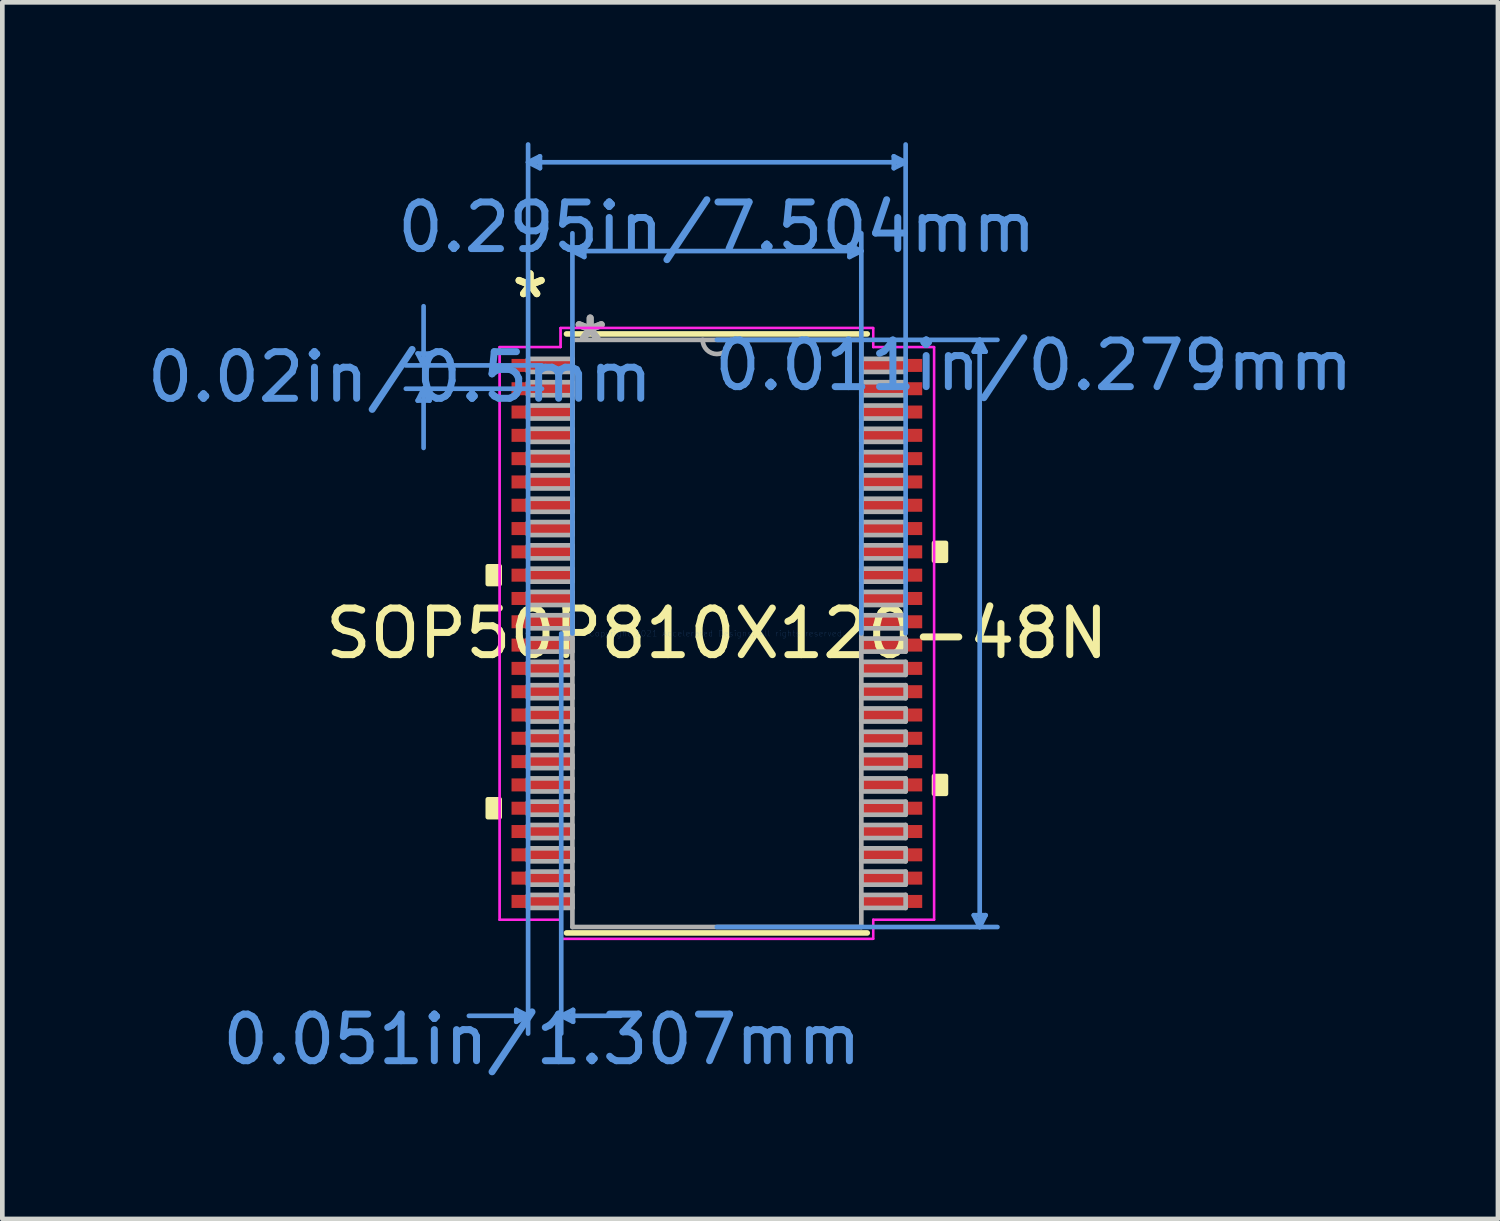
<source format=kicad_pcb>
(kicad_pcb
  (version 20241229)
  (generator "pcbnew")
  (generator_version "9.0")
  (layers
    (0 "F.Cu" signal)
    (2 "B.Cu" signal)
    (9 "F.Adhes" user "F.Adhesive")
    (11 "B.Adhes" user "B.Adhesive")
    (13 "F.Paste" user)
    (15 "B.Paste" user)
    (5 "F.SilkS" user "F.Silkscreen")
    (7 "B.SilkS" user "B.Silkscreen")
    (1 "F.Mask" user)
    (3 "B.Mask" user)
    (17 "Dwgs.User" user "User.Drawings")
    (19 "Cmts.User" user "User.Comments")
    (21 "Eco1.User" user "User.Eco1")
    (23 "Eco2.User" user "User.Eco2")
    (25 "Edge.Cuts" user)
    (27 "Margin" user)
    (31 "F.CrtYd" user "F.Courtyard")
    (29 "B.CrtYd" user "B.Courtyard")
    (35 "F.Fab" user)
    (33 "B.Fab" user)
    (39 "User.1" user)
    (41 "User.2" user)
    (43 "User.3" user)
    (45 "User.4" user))
  (footprint "SOP50P810X120-48N"
    (layer "F.Cu")
    (at 12.33 10.54)
    (property "Reference" "SOP50P810X120-48N" (at 0 0 0) (layer "F.SilkS") (effects (font (size 1 1) (thickness 0.15))))
    (attr through_hole)
    (fp_line (start -3.226 6.426) (end 3.226 6.426) (stroke (width 0.12) (type solid)) (layer "F.SilkS"))
    (fp_line (start 3.226 -6.426) (end -3.226 -6.426) (stroke (width 0.12) (type solid)) (layer "F.SilkS"))
    (fp_poly (pts (xy -4.914 -1.44) (xy -4.914 -1.06) (xy -4.66 -1.06) (xy -4.66 -1.44)) (stroke (width 0.1) (type solid)) (fill yes) (layer "F.SilkS"))
    (fp_poly (pts (xy -4.914 3.559) (xy -4.914 3.941) (xy -4.66 3.941) (xy -4.66 3.559)) (stroke (width 0.1) (type solid)) (fill yes) (layer "F.SilkS"))
    (fp_poly (pts (xy 4.914 -1.941) (xy 4.914 -1.56) (xy 4.66 -1.56) (xy 4.66 -1.941)) (stroke (width 0.1) (type solid)) (fill yes) (layer "F.SilkS"))
    (fp_poly (pts (xy 4.914 3.06) (xy 4.914 3.441) (xy 4.66 3.441) (xy 4.66 3.06)) (stroke (width 0.1) (type solid)) (fill yes) (layer "F.SilkS"))
    (fp_line (start -6.419 -6.004) (end -6.165 -6.004) (stroke (width 0.1) (type solid)) (layer "Cmts.User"))
    (fp_line (start -6.419 -4.996) (end -6.165 -4.996) (stroke (width 0.1) (type solid)) (layer "Cmts.User"))
    (fp_line (start -6.292 -5.75) (end -6.419 -6.004) (stroke (width 0.1) (type solid)) (layer "Cmts.User"))
    (fp_line (start -6.292 -5.75) (end -6.292 -7.02) (stroke (width 0.1) (type solid)) (layer "Cmts.User"))
    (fp_line (start -6.292 -5.75) (end -6.165 -6.004) (stroke (width 0.1) (type solid)) (layer "Cmts.User"))
    (fp_line (start -6.292 -5.25) (end -6.419 -4.996) (stroke (width 0.1) (type solid)) (layer "Cmts.User"))
    (fp_line (start -6.292 -5.25) (end -6.292 -3.98) (stroke (width 0.1) (type solid)) (layer "Cmts.User"))
    (fp_line (start -6.292 -5.25) (end -6.165 -4.996) (stroke (width 0.1) (type solid)) (layer "Cmts.User"))
    (fp_line (start -4.304 8.077) (end -4.304 8.331) (stroke (width 0.1) (type solid)) (layer "Cmts.User"))
    (fp_line (start -4.05 -10.109) (end -3.796 -10.236) (stroke (width 0.1) (type solid)) (layer "Cmts.User"))
    (fp_line (start -4.05 -10.109) (end -3.796 -9.982) (stroke (width 0.1) (type solid)) (layer "Cmts.User"))
    (fp_line (start -4.05 -10.109) (end 4.05 -10.109) (stroke (width 0.1) (type solid)) (layer "Cmts.User"))
    (fp_line (start -4.05 0) (end -4.05 -10.49) (stroke (width 0.1) (type solid)) (layer "Cmts.User"))
    (fp_line (start -4.05 0) (end -4.05 8.585) (stroke (width 0.1) (type solid)) (layer "Cmts.User"))
    (fp_line (start -4.05 8.204) (end -5.32 8.204) (stroke (width 0.1) (type solid)) (layer "Cmts.User"))
    (fp_line (start -4.05 8.204) (end -4.304 8.077) (stroke (width 0.1) (type solid)) (layer "Cmts.User"))
    (fp_line (start -4.05 8.204) (end -4.304 8.331) (stroke (width 0.1) (type solid)) (layer "Cmts.User"))
    (fp_line (start -3.796 -10.236) (end -3.796 -9.982) (stroke (width 0.1) (type solid)) (layer "Cmts.User"))
    (fp_line (start -3.752 -5.75) (end -6.673 -5.75) (stroke (width 0.1) (type solid)) (layer "Cmts.User"))
    (fp_line (start -3.752 -5.25) (end -6.673 -5.25) (stroke (width 0.1) (type solid)) (layer "Cmts.User"))
    (fp_line (start -3.339 0) (end -3.339 8.585) (stroke (width 0.1) (type solid)) (layer "Cmts.User"))
    (fp_line (start -3.339 8.204) (end -3.085 8.077) (stroke (width 0.1) (type solid)) (layer "Cmts.User"))
    (fp_line (start -3.339 8.204) (end -3.085 8.331) (stroke (width 0.1) (type solid)) (layer "Cmts.User"))
    (fp_line (start -3.339 8.204) (end -2.069 8.204) (stroke (width 0.1) (type solid)) (layer "Cmts.User"))
    (fp_line (start -3.099 -8.204) (end -2.845 -8.331) (stroke (width 0.1) (type solid)) (layer "Cmts.User"))
    (fp_line (start -3.099 -8.204) (end -2.845 -8.077) (stroke (width 0.1) (type solid)) (layer "Cmts.User"))
    (fp_line (start -3.099 -8.204) (end 3.099 -8.204) (stroke (width 0.1) (type solid)) (layer "Cmts.User"))
    (fp_line (start -3.099 0) (end -3.099 -8.585) (stroke (width 0.1) (type solid)) (layer "Cmts.User"))
    (fp_line (start -3.085 8.077) (end -3.085 8.331) (stroke (width 0.1) (type solid)) (layer "Cmts.User"))
    (fp_line (start -2.845 -8.331) (end -2.845 -8.077) (stroke (width 0.1) (type solid)) (layer "Cmts.User"))
    (fp_line (start 0 -6.299) (end 6.02 -6.299) (stroke (width 0.1) (type solid)) (layer "Cmts.User"))
    (fp_line (start 0 6.299) (end 6.02 6.299) (stroke (width 0.1) (type solid)) (layer "Cmts.User"))
    (fp_line (start 2.845 -8.331) (end 2.845 -8.077) (stroke (width 0.1) (type solid)) (layer "Cmts.User"))
    (fp_line (start 3.099 -8.204) (end 2.845 -8.331) (stroke (width 0.1) (type solid)) (layer "Cmts.User"))
    (fp_line (start 3.099 -8.204) (end 2.845 -8.077) (stroke (width 0.1) (type solid)) (layer "Cmts.User"))
    (fp_line (start 3.099 0) (end 3.099 -8.585) (stroke (width 0.1) (type solid)) (layer "Cmts.User"))
    (fp_line (start 3.796 -10.236) (end 3.796 -9.982) (stroke (width 0.1) (type solid)) (layer "Cmts.User"))
    (fp_line (start 4.05 -10.109) (end 3.796 -10.236) (stroke (width 0.1) (type solid)) (layer "Cmts.User"))
    (fp_line (start 4.05 -10.109) (end 3.796 -9.982) (stroke (width 0.1) (type solid)) (layer "Cmts.User"))
    (fp_line (start 4.05 0) (end 4.05 -10.49) (stroke (width 0.1) (type solid)) (layer "Cmts.User"))
    (fp_line (start 5.512 -6.045) (end 5.766 -6.045) (stroke (width 0.1) (type solid)) (layer "Cmts.User"))
    (fp_line (start 5.512 6.045) (end 5.766 6.045) (stroke (width 0.1) (type solid)) (layer "Cmts.User"))
    (fp_line (start 5.639 -6.299) (end 5.512 -6.045) (stroke (width 0.1) (type solid)) (layer "Cmts.User"))
    (fp_line (start 5.639 -6.299) (end 5.639 6.299) (stroke (width 0.1) (type solid)) (layer "Cmts.User"))
    (fp_line (start 5.639 -6.299) (end 5.766 -6.045) (stroke (width 0.1) (type solid)) (layer "Cmts.User"))
    (fp_line (start 5.639 6.299) (end 5.512 6.045) (stroke (width 0.1) (type solid)) (layer "Cmts.User"))
    (fp_line (start 5.639 6.299) (end 5.766 6.045) (stroke (width 0.1) (type solid)) (layer "Cmts.User"))
    (fp_line (start -4.66 -6.144) (end -3.353 -6.144) (stroke (width 0.05) (type solid)) (layer "F.CrtYd"))
    (fp_line (start -4.66 -6.144) (end -3.353 -6.144) (stroke (width 0.05) (type solid)) (layer "F.CrtYd"))
    (fp_line (start -4.66 6.144) (end -4.66 -6.144) (stroke (width 0.05) (type solid)) (layer "F.CrtYd"))
    (fp_line (start -4.66 6.144) (end -4.66 -6.144) (stroke (width 0.05) (type solid)) (layer "F.CrtYd"))
    (fp_line (start -4.66 6.144) (end -3.353 6.144) (stroke (width 0.05) (type solid)) (layer "F.CrtYd"))
    (fp_line (start -3.353 -6.553) (end 3.353 -6.553) (stroke (width 0.05) (type solid)) (layer "F.CrtYd"))
    (fp_line (start -3.353 -6.553) (end 3.353 -6.553) (stroke (width 0.05) (type solid)) (layer "F.CrtYd"))
    (fp_line (start -3.353 -6.144) (end -3.353 -6.553) (stroke (width 0.05) (type solid)) (layer "F.CrtYd"))
    (fp_line (start -3.353 -6.144) (end -3.353 -6.553) (stroke (width 0.05) (type solid)) (layer "F.CrtYd"))
    (fp_line (start -3.353 6.144) (end -4.66 6.144) (stroke (width 0.05) (type solid)) (layer "F.CrtYd"))
    (fp_line (start -3.353 6.553) (end -3.353 6.144) (stroke (width 0.05) (type solid)) (layer "F.CrtYd"))
    (fp_line (start -3.353 6.553) (end -3.353 6.144) (stroke (width 0.05) (type solid)) (layer "F.CrtYd"))
    (fp_line (start 3.353 -6.553) (end 3.353 -6.144) (stroke (width 0.05) (type solid)) (layer "F.CrtYd"))
    (fp_line (start 3.353 -6.553) (end 3.353 -6.144) (stroke (width 0.05) (type solid)) (layer "F.CrtYd"))
    (fp_line (start 3.353 -6.144) (end 4.66 -6.144) (stroke (width 0.05) (type solid)) (layer "F.CrtYd"))
    (fp_line (start 3.353 6.144) (end 3.353 6.553) (stroke (width 0.05) (type solid)) (layer "F.CrtYd"))
    (fp_line (start 3.353 6.144) (end 3.353 6.553) (stroke (width 0.05) (type solid)) (layer "F.CrtYd"))
    (fp_line (start 3.353 6.553) (end -3.353 6.553) (stroke (width 0.05) (type solid)) (layer "F.CrtYd"))
    (fp_line (start 3.353 6.553) (end -3.353 6.553) (stroke (width 0.05) (type solid)) (layer "F.CrtYd"))
    (fp_line (start 4.66 -6.144) (end 3.353 -6.144) (stroke (width 0.05) (type solid)) (layer "F.CrtYd"))
    (fp_line (start 4.66 -6.144) (end 4.66 6.144) (stroke (width 0.05) (type solid)) (layer "F.CrtYd"))
    (fp_line (start 4.66 -6.144) (end 4.66 6.144) (stroke (width 0.05) (type solid)) (layer "F.CrtYd"))
    (fp_line (start 4.66 6.144) (end 3.353 6.144) (stroke (width 0.05) (type solid)) (layer "F.CrtYd"))
    (fp_line (start 4.66 6.144) (end 3.353 6.144) (stroke (width 0.05) (type solid)) (layer "F.CrtYd"))
    (fp_line (start -4.05 -5.89) (end -4.05 -5.61) (stroke (width 0.1) (type solid)) (layer "F.Fab"))
    (fp_line (start -4.05 -5.61) (end -3.099 -5.61) (stroke (width 0.1) (type solid)) (layer "F.Fab"))
    (fp_line (start -4.05 -5.39) (end -4.05 -5.11) (stroke (width 0.1) (type solid)) (layer "F.Fab"))
    (fp_line (start -4.05 -5.11) (end -3.099 -5.11) (stroke (width 0.1) (type solid)) (layer "F.Fab"))
    (fp_line (start -4.05 -4.89) (end -4.05 -4.61) (stroke (width 0.1) (type solid)) (layer "F.Fab"))
    (fp_line (start -4.05 -4.61) (end -3.099 -4.61) (stroke (width 0.1) (type solid)) (layer "F.Fab"))
    (fp_line (start -4.05 -4.39) (end -4.05 -4.11) (stroke (width 0.1) (type solid)) (layer "F.Fab"))
    (fp_line (start -4.05 -4.11) (end -3.099 -4.11) (stroke (width 0.1) (type solid)) (layer "F.Fab"))
    (fp_line (start -4.05 -3.89) (end -4.05 -3.61) (stroke (width 0.1) (type solid)) (layer "F.Fab"))
    (fp_line (start -4.05 -3.61) (end -3.099 -3.61) (stroke (width 0.1) (type solid)) (layer "F.Fab"))
    (fp_line (start -4.05 -3.39) (end -4.05 -3.11) (stroke (width 0.1) (type solid)) (layer "F.Fab"))
    (fp_line (start -4.05 -3.11) (end -3.099 -3.11) (stroke (width 0.1) (type solid)) (layer "F.Fab"))
    (fp_line (start -4.05 -2.89) (end -4.05 -2.61) (stroke (width 0.1) (type solid)) (layer "F.Fab"))
    (fp_line (start -4.05 -2.61) (end -3.099 -2.61) (stroke (width 0.1) (type solid)) (layer "F.Fab"))
    (fp_line (start -4.05 -2.39) (end -4.05 -2.11) (stroke (width 0.1) (type solid)) (layer "F.Fab"))
    (fp_line (start -4.05 -2.11) (end -3.099 -2.11) (stroke (width 0.1) (type solid)) (layer "F.Fab"))
    (fp_line (start -4.05 -1.89) (end -4.05 -1.61) (stroke (width 0.1) (type solid)) (layer "F.Fab"))
    (fp_line (start -4.05 -1.61) (end -3.099 -1.61) (stroke (width 0.1) (type solid)) (layer "F.Fab"))
    (fp_line (start -4.05 -1.39) (end -4.05 -1.11) (stroke (width 0.1) (type solid)) (layer "F.Fab"))
    (fp_line (start -4.05 -1.11) (end -3.099 -1.11) (stroke (width 0.1) (type solid)) (layer "F.Fab"))
    (fp_line (start -4.05 -0.89) (end -4.05 -0.61) (stroke (width 0.1) (type solid)) (layer "F.Fab"))
    (fp_line (start -4.05 -0.61) (end -3.099 -0.61) (stroke (width 0.1) (type solid)) (layer "F.Fab"))
    (fp_line (start -4.05 -0.39) (end -4.05 -0.11) (stroke (width 0.1) (type solid)) (layer "F.Fab"))
    (fp_line (start -4.05 -0.11) (end -3.099 -0.11) (stroke (width 0.1) (type solid)) (layer "F.Fab"))
    (fp_line (start -4.05 0.11) (end -4.05 0.39) (stroke (width 0.1) (type solid)) (layer "F.Fab"))
    (fp_line (start -4.05 0.39) (end -3.099 0.39) (stroke (width 0.1) (type solid)) (layer "F.Fab"))
    (fp_line (start -4.05 0.61) (end -4.05 0.89) (stroke (width 0.1) (type solid)) (layer "F.Fab"))
    (fp_line (start -4.05 0.89) (end -3.099 0.89) (stroke (width 0.1) (type solid)) (layer "F.Fab"))
    (fp_line (start -4.05 1.11) (end -4.05 1.39) (stroke (width 0.1) (type solid)) (layer "F.Fab"))
    (fp_line (start -4.05 1.39) (end -3.099 1.39) (stroke (width 0.1) (type solid)) (layer "F.Fab"))
    (fp_line (start -4.05 1.61) (end -4.05 1.89) (stroke (width 0.1) (type solid)) (layer "F.Fab"))
    (fp_line (start -4.05 1.89) (end -3.099 1.89) (stroke (width 0.1) (type solid)) (layer "F.Fab"))
    (fp_line (start -4.05 2.11) (end -4.05 2.39) (stroke (width 0.1) (type solid)) (layer "F.Fab"))
    (fp_line (start -4.05 2.39) (end -3.099 2.39) (stroke (width 0.1) (type solid)) (layer "F.Fab"))
    (fp_line (start -4.05 2.61) (end -4.05 2.89) (stroke (width 0.1) (type solid)) (layer "F.Fab"))
    (fp_line (start -4.05 2.89) (end -3.099 2.89) (stroke (width 0.1) (type solid)) (layer "F.Fab"))
    (fp_line (start -4.05 3.11) (end -4.05 3.39) (stroke (width 0.1) (type solid)) (layer "F.Fab"))
    (fp_line (start -4.05 3.39) (end -3.099 3.39) (stroke (width 0.1) (type solid)) (layer "F.Fab"))
    (fp_line (start -4.05 3.61) (end -4.05 3.89) (stroke (width 0.1) (type solid)) (layer "F.Fab"))
    (fp_line (start -4.05 3.89) (end -3.099 3.89) (stroke (width 0.1) (type solid)) (layer "F.Fab"))
    (fp_line (start -4.05 4.11) (end -4.05 4.39) (stroke (width 0.1) (type solid)) (layer "F.Fab"))
    (fp_line (start -4.05 4.39) (end -3.099 4.39) (stroke (width 0.1) (type solid)) (layer "F.Fab"))
    (fp_line (start -4.05 4.61) (end -4.05 4.89) (stroke (width 0.1) (type solid)) (layer "F.Fab"))
    (fp_line (start -4.05 4.89) (end -3.099 4.89) (stroke (width 0.1) (type solid)) (layer "F.Fab"))
    (fp_line (start -4.05 5.11) (end -4.05 5.39) (stroke (width 0.1) (type solid)) (layer "F.Fab"))
    (fp_line (start -4.05 5.39) (end -3.099 5.39) (stroke (width 0.1) (type solid)) (layer "F.Fab"))
    (fp_line (start -4.05 5.61) (end -4.05 5.89) (stroke (width 0.1) (type solid)) (layer "F.Fab"))
    (fp_line (start -4.05 5.89) (end -3.099 5.89) (stroke (width 0.1) (type solid)) (layer "F.Fab"))
    (fp_line (start -3.099 -6.299) (end -3.099 6.299) (stroke (width 0.1) (type solid)) (layer "F.Fab"))
    (fp_line (start -3.099 -5.89) (end -4.05 -5.89) (stroke (width 0.1) (type solid)) (layer "F.Fab"))
    (fp_line (start -3.099 -5.61) (end -3.099 -5.89) (stroke (width 0.1) (type solid)) (layer "F.Fab"))
    (fp_line (start -3.099 -5.39) (end -4.05 -5.39) (stroke (width 0.1) (type solid)) (layer "F.Fab"))
    (fp_line (start -3.099 -5.11) (end -3.099 -5.39) (stroke (width 0.1) (type solid)) (layer "F.Fab"))
    (fp_line (start -3.099 -4.89) (end -4.05 -4.89) (stroke (width 0.1) (type solid)) (layer "F.Fab"))
    (fp_line (start -3.099 -4.61) (end -3.099 -4.89) (stroke (width 0.1) (type solid)) (layer "F.Fab"))
    (fp_line (start -3.099 -4.39) (end -4.05 -4.39) (stroke (width 0.1) (type solid)) (layer "F.Fab"))
    (fp_line (start -3.099 -4.11) (end -3.099 -4.39) (stroke (width 0.1) (type solid)) (layer "F.Fab"))
    (fp_line (start -3.099 -3.89) (end -4.05 -3.89) (stroke (width 0.1) (type solid)) (layer "F.Fab"))
    (fp_line (start -3.099 -3.61) (end -3.099 -3.89) (stroke (width 0.1) (type solid)) (layer "F.Fab"))
    (fp_line (start -3.099 -3.39) (end -4.05 -3.39) (stroke (width 0.1) (type solid)) (layer "F.Fab"))
    (fp_line (start -3.099 -3.11) (end -3.099 -3.39) (stroke (width 0.1) (type solid)) (layer "F.Fab"))
    (fp_line (start -3.099 -2.89) (end -4.05 -2.89) (stroke (width 0.1) (type solid)) (layer "F.Fab"))
    (fp_line (start -3.099 -2.61) (end -3.099 -2.89) (stroke (width 0.1) (type solid)) (layer "F.Fab"))
    (fp_line (start -3.099 -2.39) (end -4.05 -2.39) (stroke (width 0.1) (type solid)) (layer "F.Fab"))
    (fp_line (start -3.099 -2.11) (end -3.099 -2.39) (stroke (width 0.1) (type solid)) (layer "F.Fab"))
    (fp_line (start -3.099 -1.89) (end -4.05 -1.89) (stroke (width 0.1) (type solid)) (layer "F.Fab"))
    (fp_line (start -3.099 -1.61) (end -3.099 -1.89) (stroke (width 0.1) (type solid)) (layer "F.Fab"))
    (fp_line (start -3.099 -1.39) (end -4.05 -1.39) (stroke (width 0.1) (type solid)) (layer "F.Fab"))
    (fp_line (start -3.099 -1.11) (end -3.099 -1.39) (stroke (width 0.1) (type solid)) (layer "F.Fab"))
    (fp_line (start -3.099 -0.89) (end -4.05 -0.89) (stroke (width 0.1) (type solid)) (layer "F.Fab"))
    (fp_line (start -3.099 -0.61) (end -3.099 -0.89) (stroke (width 0.1) (type solid)) (layer "F.Fab"))
    (fp_line (start -3.099 -0.39) (end -4.05 -0.39) (stroke (width 0.1) (type solid)) (layer "F.Fab"))
    (fp_line (start -3.099 -0.11) (end -3.099 -0.39) (stroke (width 0.1) (type solid)) (layer "F.Fab"))
    (fp_line (start -3.099 0.11) (end -4.05 0.11) (stroke (width 0.1) (type solid)) (layer "F.Fab"))
    (fp_line (start -3.099 0.39) (end -3.099 0.11) (stroke (width 0.1) (type solid)) (layer "F.Fab"))
    (fp_line (start -3.099 0.61) (end -4.05 0.61) (stroke (width 0.1) (type solid)) (layer "F.Fab"))
    (fp_line (start -3.099 0.89) (end -3.099 0.61) (stroke (width 0.1) (type solid)) (layer "F.Fab"))
    (fp_line (start -3.099 1.11) (end -4.05 1.11) (stroke (width 0.1) (type solid)) (layer "F.Fab"))
    (fp_line (start -3.099 1.39) (end -3.099 1.11) (stroke (width 0.1) (type solid)) (layer "F.Fab"))
    (fp_line (start -3.099 1.61) (end -4.05 1.61) (stroke (width 0.1) (type solid)) (layer "F.Fab"))
    (fp_line (start -3.099 1.89) (end -3.099 1.61) (stroke (width 0.1) (type solid)) (layer "F.Fab"))
    (fp_line (start -3.099 2.11) (end -4.05 2.11) (stroke (width 0.1) (type solid)) (layer "F.Fab"))
    (fp_line (start -3.099 2.39) (end -3.099 2.11) (stroke (width 0.1) (type solid)) (layer "F.Fab"))
    (fp_line (start -3.099 2.61) (end -4.05 2.61) (stroke (width 0.1) (type solid)) (layer "F.Fab"))
    (fp_line (start -3.099 2.89) (end -3.099 2.61) (stroke (width 0.1) (type solid)) (layer "F.Fab"))
    (fp_line (start -3.099 3.11) (end -4.05 3.11) (stroke (width 0.1) (type solid)) (layer "F.Fab"))
    (fp_line (start -3.099 3.39) (end -3.099 3.11) (stroke (width 0.1) (type solid)) (layer "F.Fab"))
    (fp_line (start -3.099 3.61) (end -4.05 3.61) (stroke (width 0.1) (type solid)) (layer "F.Fab"))
    (fp_line (start -3.099 3.89) (end -3.099 3.61) (stroke (width 0.1) (type solid)) (layer "F.Fab"))
    (fp_line (start -3.099 4.11) (end -4.05 4.11) (stroke (width 0.1) (type solid)) (layer "F.Fab"))
    (fp_line (start -3.099 4.39) (end -3.099 4.11) (stroke (width 0.1) (type solid)) (layer "F.Fab"))
    (fp_line (start -3.099 4.61) (end -4.05 4.61) (stroke (width 0.1) (type solid)) (layer "F.Fab"))
    (fp_line (start -3.099 4.89) (end -3.099 4.61) (stroke (width 0.1) (type solid)) (layer "F.Fab"))
    (fp_line (start -3.099 5.11) (end -4.05 5.11) (stroke (width 0.1) (type solid)) (layer "F.Fab"))
    (fp_line (start -3.099 5.39) (end -3.099 5.11) (stroke (width 0.1) (type solid)) (layer "F.Fab"))
    (fp_line (start -3.099 5.61) (end -4.05 5.61) (stroke (width 0.1) (type solid)) (layer "F.Fab"))
    (fp_line (start -3.099 5.89) (end -3.099 5.61) (stroke (width 0.1) (type solid)) (layer "F.Fab"))
    (fp_line (start -3.099 6.299) (end 3.099 6.299) (stroke (width 0.1) (type solid)) (layer "F.Fab"))
    (fp_line (start 3.099 -6.299) (end -3.099 -6.299) (stroke (width 0.1) (type solid)) (layer "F.Fab"))
    (fp_line (start 3.099 -5.89) (end 3.099 -5.61) (stroke (width 0.1) (type solid)) (layer "F.Fab"))
    (fp_line (start 3.099 -5.61) (end 4.05 -5.61) (stroke (width 0.1) (type solid)) (layer "F.Fab"))
    (fp_line (start 3.099 -5.39) (end 3.099 -5.11) (stroke (width 0.1) (type solid)) (layer "F.Fab"))
    (fp_line (start 3.099 -5.11) (end 4.05 -5.11) (stroke (width 0.1) (type solid)) (layer "F.Fab"))
    (fp_line (start 3.099 -4.89) (end 3.099 -4.61) (stroke (width 0.1) (type solid)) (layer "F.Fab"))
    (fp_line (start 3.099 -4.61) (end 4.05 -4.61) (stroke (width 0.1) (type solid)) (layer "F.Fab"))
    (fp_line (start 3.099 -4.39) (end 3.099 -4.11) (stroke (width 0.1) (type solid)) (layer "F.Fab"))
    (fp_line (start 3.099 -4.11) (end 4.05 -4.11) (stroke (width 0.1) (type solid)) (layer "F.Fab"))
    (fp_line (start 3.099 -3.89) (end 3.099 -3.61) (stroke (width 0.1) (type solid)) (layer "F.Fab"))
    (fp_line (start 3.099 -3.61) (end 4.05 -3.61) (stroke (width 0.1) (type solid)) (layer "F.Fab"))
    (fp_line (start 3.099 -3.39) (end 3.099 -3.11) (stroke (width 0.1) (type solid)) (layer "F.Fab"))
    (fp_line (start 3.099 -3.11) (end 4.05 -3.11) (stroke (width 0.1) (type solid)) (layer "F.Fab"))
    (fp_line (start 3.099 -2.89) (end 3.099 -2.61) (stroke (width 0.1) (type solid)) (layer "F.Fab"))
    (fp_line (start 3.099 -2.61) (end 4.05 -2.61) (stroke (width 0.1) (type solid)) (layer "F.Fab"))
    (fp_line (start 3.099 -2.39) (end 3.099 -2.11) (stroke (width 0.1) (type solid)) (layer "F.Fab"))
    (fp_line (start 3.099 -2.11) (end 4.05 -2.11) (stroke (width 0.1) (type solid)) (layer "F.Fab"))
    (fp_line (start 3.099 -1.89) (end 3.099 -1.61) (stroke (width 0.1) (type solid)) (layer "F.Fab"))
    (fp_line (start 3.099 -1.61) (end 4.05 -1.61) (stroke (width 0.1) (type solid)) (layer "F.Fab"))
    (fp_line (start 3.099 -1.39) (end 3.099 -1.11) (stroke (width 0.1) (type solid)) (layer "F.Fab"))
    (fp_line (start 3.099 -1.11) (end 4.05 -1.11) (stroke (width 0.1) (type solid)) (layer "F.Fab"))
    (fp_line (start 3.099 -0.89) (end 3.099 -0.61) (stroke (width 0.1) (type solid)) (layer "F.Fab"))
    (fp_line (start 3.099 -0.61) (end 4.05 -0.61) (stroke (width 0.1) (type solid)) (layer "F.Fab"))
    (fp_line (start 3.099 -0.39) (end 3.099 -0.11) (stroke (width 0.1) (type solid)) (layer "F.Fab"))
    (fp_line (start 3.099 -0.11) (end 4.05 -0.11) (stroke (width 0.1) (type solid)) (layer "F.Fab"))
    (fp_line (start 3.099 0.11) (end 3.099 0.39) (stroke (width 0.1) (type solid)) (layer "F.Fab"))
    (fp_line (start 3.099 0.39) (end 4.05 0.39) (stroke (width 0.1) (type solid)) (layer "F.Fab"))
    (fp_line (start 3.099 0.61) (end 3.099 0.89) (stroke (width 0.1) (type solid)) (layer "F.Fab"))
    (fp_line (start 3.099 0.89) (end 4.05 0.89) (stroke (width 0.1) (type solid)) (layer "F.Fab"))
    (fp_line (start 3.099 1.11) (end 3.099 1.39) (stroke (width 0.1) (type solid)) (layer "F.Fab"))
    (fp_line (start 3.099 1.39) (end 4.05 1.39) (stroke (width 0.1) (type solid)) (layer "F.Fab"))
    (fp_line (start 3.099 1.61) (end 3.099 1.89) (stroke (width 0.1) (type solid)) (layer "F.Fab"))
    (fp_line (start 3.099 1.89) (end 4.05 1.89) (stroke (width 0.1) (type solid)) (layer "F.Fab"))
    (fp_line (start 3.099 2.11) (end 3.099 2.39) (stroke (width 0.1) (type solid)) (layer "F.Fab"))
    (fp_line (start 3.099 2.39) (end 4.05 2.39) (stroke (width 0.1) (type solid)) (layer "F.Fab"))
    (fp_line (start 3.099 2.61) (end 3.099 2.89) (stroke (width 0.1) (type solid)) (layer "F.Fab"))
    (fp_line (start 3.099 2.89) (end 4.05 2.89) (stroke (width 0.1) (type solid)) (layer "F.Fab"))
    (fp_line (start 3.099 3.11) (end 3.099 3.39) (stroke (width 0.1) (type solid)) (layer "F.Fab"))
    (fp_line (start 3.099 3.39) (end 4.05 3.39) (stroke (width 0.1) (type solid)) (layer "F.Fab"))
    (fp_line (start 3.099 3.61) (end 3.099 3.89) (stroke (width 0.1) (type solid)) (layer "F.Fab"))
    (fp_line (start 3.099 3.89) (end 4.05 3.89) (stroke (width 0.1) (type solid)) (layer "F.Fab"))
    (fp_line (start 3.099 4.11) (end 3.099 4.39) (stroke (width 0.1) (type solid)) (layer "F.Fab"))
    (fp_line (start 3.099 4.39) (end 4.05 4.39) (stroke (width 0.1) (type solid)) (layer "F.Fab"))
    (fp_line (start 3.099 4.61) (end 3.099 4.89) (stroke (width 0.1) (type solid)) (layer "F.Fab"))
    (fp_line (start 3.099 4.89) (end 4.05 4.89) (stroke (width 0.1) (type solid)) (layer "F.Fab"))
    (fp_line (start 3.099 5.11) (end 3.099 5.39) (stroke (width 0.1) (type solid)) (layer "F.Fab"))
    (fp_line (start 3.099 5.39) (end 4.05 5.39) (stroke (width 0.1) (type solid)) (layer "F.Fab"))
    (fp_line (start 3.099 5.61) (end 3.099 5.89) (stroke (width 0.1) (type solid)) (layer "F.Fab"))
    (fp_line (start 3.099 5.89) (end 4.05 5.89) (stroke (width 0.1) (type solid)) (layer "F.Fab"))
    (fp_line (start 3.099 6.299) (end 3.099 -6.299) (stroke (width 0.1) (type solid)) (layer "F.Fab"))
    (fp_line (start 4.05 -5.89) (end 3.099 -5.89) (stroke (width 0.1) (type solid)) (layer "F.Fab"))
    (fp_line (start 4.05 -5.61) (end 4.05 -5.89) (stroke (width 0.1) (type solid)) (layer "F.Fab"))
    (fp_line (start 4.05 -5.39) (end 3.099 -5.39) (stroke (width 0.1) (type solid)) (layer "F.Fab"))
    (fp_line (start 4.05 -5.11) (end 4.05 -5.39) (stroke (width 0.1) (type solid)) (layer "F.Fab"))
    (fp_line (start 4.05 -4.89) (end 3.099 -4.89) (stroke (width 0.1) (type solid)) (layer "F.Fab"))
    (fp_line (start 4.05 -4.61) (end 4.05 -4.89) (stroke (width 0.1) (type solid)) (layer "F.Fab"))
    (fp_line (start 4.05 -4.39) (end 3.099 -4.39) (stroke (width 0.1) (type solid)) (layer "F.Fab"))
    (fp_line (start 4.05 -4.11) (end 4.05 -4.39) (stroke (width 0.1) (type solid)) (layer "F.Fab"))
    (fp_line (start 4.05 -3.89) (end 3.099 -3.89) (stroke (width 0.1) (type solid)) (layer "F.Fab"))
    (fp_line (start 4.05 -3.61) (end 4.05 -3.89) (stroke (width 0.1) (type solid)) (layer "F.Fab"))
    (fp_line (start 4.05 -3.39) (end 3.099 -3.39) (stroke (width 0.1) (type solid)) (layer "F.Fab"))
    (fp_line (start 4.05 -3.11) (end 4.05 -3.39) (stroke (width 0.1) (type solid)) (layer "F.Fab"))
    (fp_line (start 4.05 -2.89) (end 3.099 -2.89) (stroke (width 0.1) (type solid)) (layer "F.Fab"))
    (fp_line (start 4.05 -2.61) (end 4.05 -2.89) (stroke (width 0.1) (type solid)) (layer "F.Fab"))
    (fp_line (start 4.05 -2.39) (end 3.099 -2.39) (stroke (width 0.1) (type solid)) (layer "F.Fab"))
    (fp_line (start 4.05 -2.11) (end 4.05 -2.39) (stroke (width 0.1) (type solid)) (layer "F.Fab"))
    (fp_line (start 4.05 -1.89) (end 3.099 -1.89) (stroke (width 0.1) (type solid)) (layer "F.Fab"))
    (fp_line (start 4.05 -1.61) (end 4.05 -1.89) (stroke (width 0.1) (type solid)) (layer "F.Fab"))
    (fp_line (start 4.05 -1.39) (end 3.099 -1.39) (stroke (width 0.1) (type solid)) (layer "F.Fab"))
    (fp_line (start 4.05 -1.11) (end 4.05 -1.39) (stroke (width 0.1) (type solid)) (layer "F.Fab"))
    (fp_line (start 4.05 -0.89) (end 3.099 -0.89) (stroke (width 0.1) (type solid)) (layer "F.Fab"))
    (fp_line (start 4.05 -0.61) (end 4.05 -0.89) (stroke (width 0.1) (type solid)) (layer "F.Fab"))
    (fp_line (start 4.05 -0.39) (end 3.099 -0.39) (stroke (width 0.1) (type solid)) (layer "F.Fab"))
    (fp_line (start 4.05 -0.11) (end 4.05 -0.39) (stroke (width 0.1) (type solid)) (layer "F.Fab"))
    (fp_line (start 4.05 0.11) (end 3.099 0.11) (stroke (width 0.1) (type solid)) (layer "F.Fab"))
    (fp_line (start 4.05 0.39) (end 4.05 0.11) (stroke (width 0.1) (type solid)) (layer "F.Fab"))
    (fp_line (start 4.05 0.61) (end 3.099 0.61) (stroke (width 0.1) (type solid)) (layer "F.Fab"))
    (fp_line (start 4.05 0.89) (end 4.05 0.61) (stroke (width 0.1) (type solid)) (layer "F.Fab"))
    (fp_line (start 4.05 1.11) (end 3.099 1.11) (stroke (width 0.1) (type solid)) (layer "F.Fab"))
    (fp_line (start 4.05 1.39) (end 4.05 1.11) (stroke (width 0.1) (type solid)) (layer "F.Fab"))
    (fp_line (start 4.05 1.61) (end 3.099 1.61) (stroke (width 0.1) (type solid)) (layer "F.Fab"))
    (fp_line (start 4.05 1.89) (end 4.05 1.61) (stroke (width 0.1) (type solid)) (layer "F.Fab"))
    (fp_line (start 4.05 2.11) (end 3.099 2.11) (stroke (width 0.1) (type solid)) (layer "F.Fab"))
    (fp_line (start 4.05 2.39) (end 4.05 2.11) (stroke (width 0.1) (type solid)) (layer "F.Fab"))
    (fp_line (start 4.05 2.61) (end 3.099 2.61) (stroke (width 0.1) (type solid)) (layer "F.Fab"))
    (fp_line (start 4.05 2.89) (end 4.05 2.61) (stroke (width 0.1) (type solid)) (layer "F.Fab"))
    (fp_line (start 4.05 3.11) (end 3.099 3.11) (stroke (width 0.1) (type solid)) (layer "F.Fab"))
    (fp_line (start 4.05 3.39) (end 4.05 3.11) (stroke (width 0.1) (type solid)) (layer "F.Fab"))
    (fp_line (start 4.05 3.61) (end 3.099 3.61) (stroke (width 0.1) (type solid)) (layer "F.Fab"))
    (fp_line (start 4.05 3.89) (end 4.05 3.61) (stroke (width 0.1) (type solid)) (layer "F.Fab"))
    (fp_line (start 4.05 4.11) (end 3.099 4.11) (stroke (width 0.1) (type solid)) (layer "F.Fab"))
    (fp_line (start 4.05 4.39) (end 4.05 4.11) (stroke (width 0.1) (type solid)) (layer "F.Fab"))
    (fp_line (start 4.05 4.61) (end 3.099 4.61) (stroke (width 0.1) (type solid)) (layer "F.Fab"))
    (fp_line (start 4.05 4.89) (end 4.05 4.61) (stroke (width 0.1) (type solid)) (layer "F.Fab"))
    (fp_line (start 4.05 5.11) (end 3.099 5.11) (stroke (width 0.1) (type solid)) (layer "F.Fab"))
    (fp_line (start 4.05 5.39) (end 4.05 5.11) (stroke (width 0.1) (type solid)) (layer "F.Fab"))
    (fp_line (start 4.05 5.61) (end 3.099 5.61) (stroke (width 0.1) (type solid)) (layer "F.Fab"))
    (fp_line (start 4.05 5.89) (end 4.05 5.61) (stroke (width 0.1) (type solid)) (layer "F.Fab"))
    (fp_arc (start 0.3048 -6.2992) (mid 0 -5.9944) (end -0.3048 -6.2992) (stroke (width 0.1) (type solid)) (layer "F.Fab"))
    (fp_text user "*" (at -4.006 -7.172 0) (layer "F.SilkS") (effects (font (size 1 1) (thickness 0.15))))
    (fp_text user "*" (at -4.006 -7.172 0) (layer "F.SilkS") (effects (font (size 1 1) (thickness 0.15))))
    (fp_text user "0.02in/0.5mm" (at -6.8 -5.5 0) (layer "Cmts.User") (effects (font (size 1 1) (thickness 0.15))))
    (fp_text user "0.011in/0.279mm" (at 6.8 -5.75 0) (layer "Cmts.User") (effects (font (size 1 1) (thickness 0.15))))
    (fp_text user "0.295in/7.504mm" (at 0 -8.712 0) (layer "Cmts.User") (effects (font (size 1 1) (thickness 0.15))))
    (fp_text user "0.051in/1.307mm" (at -3.752 8.712 0) (layer "Cmts.User") (effects (font (size 1 1) (thickness 0.15))))
    (fp_text user "Copyright 2021 Accelerated Designs. All rights reserved." (at 0 0 0) (layer "Cmts.User") (effects (font (size 0.127 0.127) (thickness 0.002))))
    (fp_text user "*" (at -2.718 -6.223 0) (layer "F.Fab") (effects (font (size 1 1) (thickness 0.15))))
    (fp_text user "*" (at -2.718 -6.223 0) (layer "F.Fab") (effects (font (size 1 1) (thickness 0.15))))
    (pad "1" smd rect (at -3.752 -5.75) (size 1.307 0.279) (layers "F.Cu" "F.Mask" "F.Paste"))
    (pad "2" smd rect (at -3.752 -5.25) (size 1.307 0.279) (layers "F.Cu" "F.Mask" "F.Paste"))
    (pad "3" smd rect (at -3.752 -4.75) (size 1.307 0.279) (layers "F.Cu" "F.Mask" "F.Paste"))
    (pad "4" smd rect (at -3.752 -4.25) (size 1.307 0.279) (layers "F.Cu" "F.Mask" "F.Paste"))
    (pad "5" smd rect (at -3.752 -3.75) (size 1.307 0.279) (layers "F.Cu" "F.Mask" "F.Paste"))
    (pad "6" smd rect (at -3.752 -3.25) (size 1.307 0.279) (layers "F.Cu" "F.Mask" "F.Paste"))
    (pad "7" smd rect (at -3.752 -2.75) (size 1.307 0.279) (layers "F.Cu" "F.Mask" "F.Paste"))
    (pad "8" smd rect (at -3.752 -2.25) (size 1.307 0.279) (layers "F.Cu" "F.Mask" "F.Paste"))
    (pad "9" smd rect (at -3.752 -1.75) (size 1.307 0.279) (layers "F.Cu" "F.Mask" "F.Paste"))
    (pad "10" smd rect (at -3.752 -1.25) (size 1.307 0.279) (layers "F.Cu" "F.Mask" "F.Paste"))
    (pad "11" smd rect (at -3.752 -0.75) (size 1.307 0.279) (layers "F.Cu" "F.Mask" "F.Paste"))
    (pad "12" smd rect (at -3.752 -0.25) (size 1.307 0.279) (layers "F.Cu" "F.Mask" "F.Paste"))
    (pad "13" smd rect (at -3.752 0.25) (size 1.307 0.279) (layers "F.Cu" "F.Mask" "F.Paste"))
    (pad "14" smd rect (at -3.752 0.75) (size 1.307 0.279) (layers "F.Cu" "F.Mask" "F.Paste"))
    (pad "15" smd rect (at -3.752 1.25) (size 1.307 0.279) (layers "F.Cu" "F.Mask" "F.Paste"))
    (pad "16" smd rect (at -3.752 1.75) (size 1.307 0.279) (layers "F.Cu" "F.Mask" "F.Paste"))
    (pad "17" smd rect (at -3.752 2.25) (size 1.307 0.279) (layers "F.Cu" "F.Mask" "F.Paste"))
    (pad "18" smd rect (at -3.752 2.75) (size 1.307 0.279) (layers "F.Cu" "F.Mask" "F.Paste"))
    (pad "19" smd rect (at -3.752 3.25) (size 1.307 0.279) (layers "F.Cu" "F.Mask" "F.Paste"))
    (pad "20" smd rect (at -3.752 3.75) (size 1.307 0.279) (layers "F.Cu" "F.Mask" "F.Paste"))
    (pad "21" smd rect (at -3.752 4.25) (size 1.307 0.279) (layers "F.Cu" "F.Mask" "F.Paste"))
    (pad "22" smd rect (at -3.752 4.75) (size 1.307 0.279) (layers "F.Cu" "F.Mask" "F.Paste"))
    (pad "23" smd rect (at -3.752 5.25) (size 1.307 0.279) (layers "F.Cu" "F.Mask" "F.Paste"))
    (pad "24" smd rect (at -3.752 5.75) (size 1.307 0.279) (layers "F.Cu" "F.Mask" "F.Paste"))
    (pad "25" smd rect (at 3.752 5.75) (size 1.307 0.279) (layers "F.Cu" "F.Mask" "F.Paste"))
    (pad "26" smd rect (at 3.752 5.25) (size 1.307 0.279) (layers "F.Cu" "F.Mask" "F.Paste"))
    (pad "27" smd rect (at 3.752 4.75) (size 1.307 0.279) (layers "F.Cu" "F.Mask" "F.Paste"))
    (pad "28" smd rect (at 3.752 4.25) (size 1.307 0.279) (layers "F.Cu" "F.Mask" "F.Paste"))
    (pad "29" smd rect (at 3.752 3.75) (size 1.307 0.279) (layers "F.Cu" "F.Mask" "F.Paste"))
    (pad "30" smd rect (at 3.752 3.25) (size 1.307 0.279) (layers "F.Cu" "F.Mask" "F.Paste"))
    (pad "31" smd rect (at 3.752 2.75) (size 1.307 0.279) (layers "F.Cu" "F.Mask" "F.Paste"))
    (pad "32" smd rect (at 3.752 2.25) (size 1.307 0.279) (layers "F.Cu" "F.Mask" "F.Paste"))
    (pad "33" smd rect (at 3.752 1.75) (size 1.307 0.279) (layers "F.Cu" "F.Mask" "F.Paste"))
    (pad "34" smd rect (at 3.752 1.25) (size 1.307 0.279) (layers "F.Cu" "F.Mask" "F.Paste"))
    (pad "35" smd rect (at 3.752 0.75) (size 1.307 0.279) (layers "F.Cu" "F.Mask" "F.Paste"))
    (pad "36" smd rect (at 3.752 0.25) (size 1.307 0.279) (layers "F.Cu" "F.Mask" "F.Paste"))
    (pad "37" smd rect (at 3.752 -0.25) (size 1.307 0.279) (layers "F.Cu" "F.Mask" "F.Paste"))
    (pad "38" smd rect (at 3.752 -0.75) (size 1.307 0.279) (layers "F.Cu" "F.Mask" "F.Paste"))
    (pad "39" smd rect (at 3.752 -1.25) (size 1.307 0.279) (layers "F.Cu" "F.Mask" "F.Paste"))
    (pad "40" smd rect (at 3.752 -1.75) (size 1.307 0.279) (layers "F.Cu" "F.Mask" "F.Paste"))
    (pad "41" smd rect (at 3.752 -2.25) (size 1.307 0.279) (layers "F.Cu" "F.Mask" "F.Paste"))
    (pad "42" smd rect (at 3.752 -2.75) (size 1.307 0.279) (layers "F.Cu" "F.Mask" "F.Paste"))
    (pad "43" smd rect (at 3.752 -3.25) (size 1.307 0.279) (layers "F.Cu" "F.Mask" "F.Paste"))
    (pad "44" smd rect (at 3.752 -3.75) (size 1.307 0.279) (layers "F.Cu" "F.Mask" "F.Paste"))
    (pad "45" smd rect (at 3.752 -4.25) (size 1.307 0.279) (layers "F.Cu" "F.Mask" "F.Paste"))
    (pad "46" smd rect (at 3.752 -4.75) (size 1.307 0.279) (layers "F.Cu" "F.Mask" "F.Paste"))
    (pad "47" smd rect (at 3.752 -5.25) (size 1.307 0.279) (layers "F.Cu" "F.Mask" "F.Paste"))
    (pad "48" smd rect (at 3.752 -5.75) (size 1.307 0.279) (layers "F.Cu" "F.Mask" "F.Paste")))
  (gr_rect
    (start -3 -3)
    (end 29.088 23.101)
    (stroke (width 0.1) (type default))
    (fill no)
    (layer "Edge.Cuts")))
</source>
